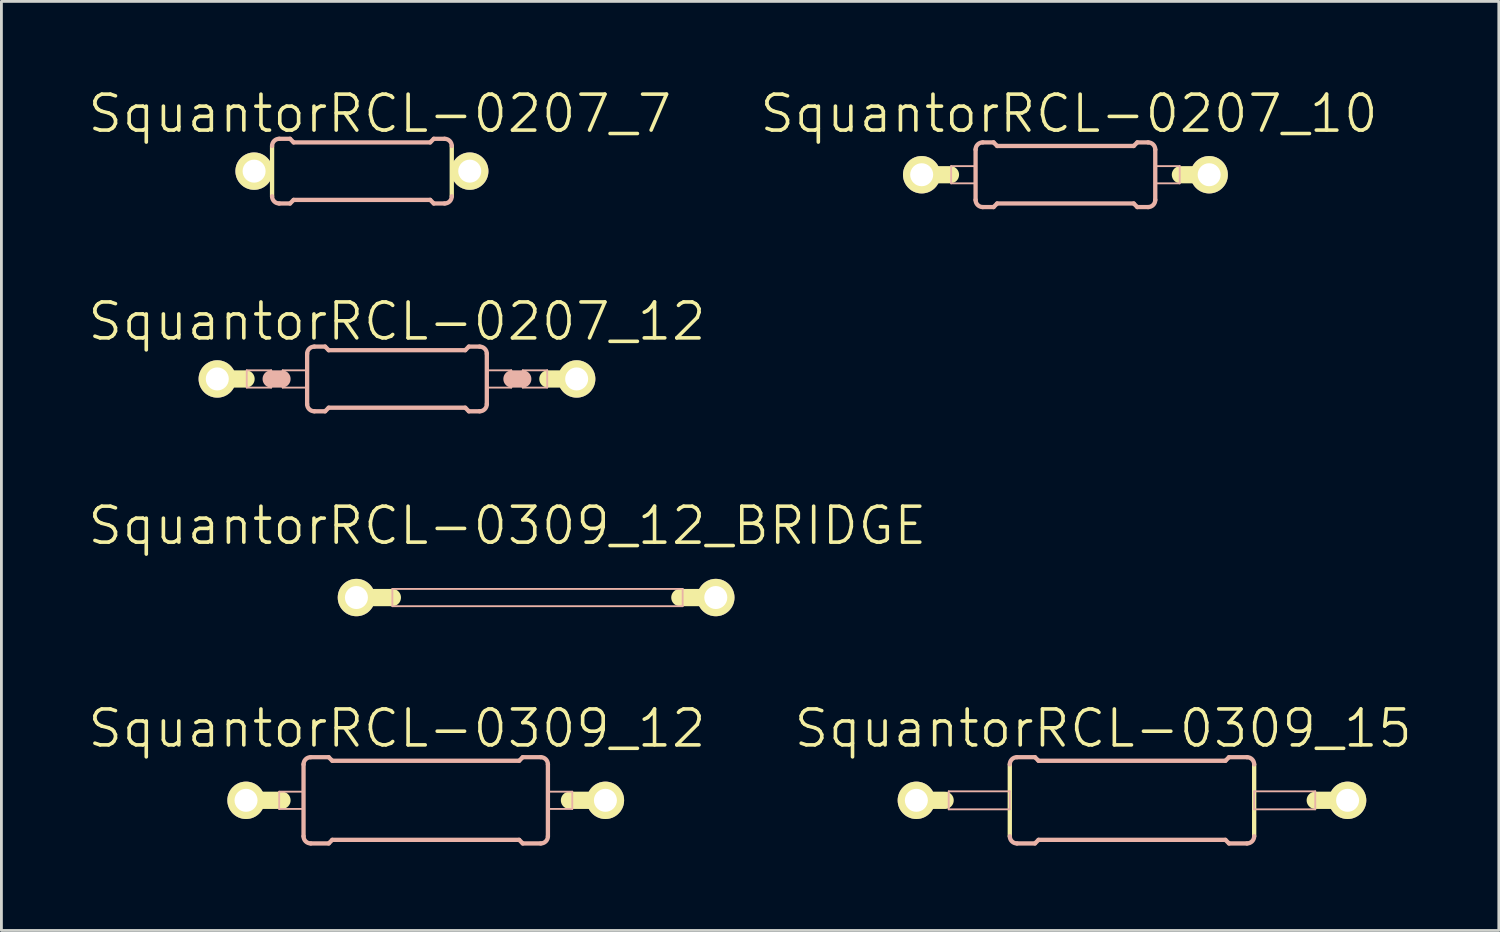
<source format=kicad_pcb>
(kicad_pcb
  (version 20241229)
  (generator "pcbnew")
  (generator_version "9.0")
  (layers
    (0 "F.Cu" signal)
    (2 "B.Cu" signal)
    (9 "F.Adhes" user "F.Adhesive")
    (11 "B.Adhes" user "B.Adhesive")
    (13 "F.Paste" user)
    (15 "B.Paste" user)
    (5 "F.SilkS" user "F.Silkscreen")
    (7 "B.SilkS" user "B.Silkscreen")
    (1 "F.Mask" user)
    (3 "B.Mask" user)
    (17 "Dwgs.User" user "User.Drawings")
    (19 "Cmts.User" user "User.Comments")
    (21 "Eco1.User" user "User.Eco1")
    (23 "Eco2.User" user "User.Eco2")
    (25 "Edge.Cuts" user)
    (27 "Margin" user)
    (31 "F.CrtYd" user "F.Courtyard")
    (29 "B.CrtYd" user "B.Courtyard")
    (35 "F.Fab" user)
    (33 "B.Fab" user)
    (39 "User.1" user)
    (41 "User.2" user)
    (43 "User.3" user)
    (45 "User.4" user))
  (footprint "SquantorRCL-0207_12"
    (layer "F.Cu")
    (at 10.979 10.342)
    (property "Reference" "SquantorRCL-0207_12" (at 0 -2.032 0) (layer "F.SilkS") (effects (font (size 1.27 1.27) (thickness 0.127))))
    (attr exclude_from_pos_files exclude_from_bom)
    (fp_line (start -6.35 0) (end -5.334 0) (stroke (width 0.61) (type solid)) (layer "F.SilkS"))
    (fp_line (start 6.35 0) (end 5.334 0) (stroke (width 0.61) (type solid)) (layer "F.SilkS"))
    (fp_line (start -5.309 -0.305) (end -4.445 -0.305) (stroke (width 0.066) (type solid)) (layer "B.SilkS"))
    (fp_line (start -5.309 0.305) (end -5.309 -0.305) (stroke (width 0.066) (type solid)) (layer "B.SilkS"))
    (fp_line (start -5.309 0.305) (end -4.445 0.305) (stroke (width 0.066) (type solid)) (layer "B.SilkS"))
    (fp_line (start -4.445 0) (end -4.064 0) (stroke (width 0.61) (type solid)) (layer "B.SilkS"))
    (fp_line (start -4.445 0.305) (end -4.445 -0.305) (stroke (width 0.066) (type solid)) (layer "B.SilkS"))
    (fp_line (start -4.039 -0.305) (end -3.175 -0.305) (stroke (width 0.066) (type solid)) (layer "B.SilkS"))
    (fp_line (start -4.039 0.305) (end -4.039 -0.305) (stroke (width 0.066) (type solid)) (layer "B.SilkS"))
    (fp_line (start -4.039 0.305) (end -3.175 0.305) (stroke (width 0.066) (type solid)) (layer "B.SilkS"))
    (fp_line (start -3.175 0.305) (end -3.175 -0.305) (stroke (width 0.066) (type solid)) (layer "B.SilkS"))
    (fp_line (start -3.175 0.889) (end -3.175 -0.889) (stroke (width 0.152) (type solid)) (layer "B.SilkS"))
    (fp_line (start -2.921 -1.143) (end -2.54 -1.143) (stroke (width 0.152) (type solid)) (layer "B.SilkS"))
    (fp_line (start -2.921 1.143) (end -2.54 1.143) (stroke (width 0.152) (type solid)) (layer "B.SilkS"))
    (fp_line (start -2.413 -1.016) (end -2.54 -1.143) (stroke (width 0.152) (type solid)) (layer "B.SilkS"))
    (fp_line (start -2.413 1.016) (end -2.54 1.143) (stroke (width 0.152) (type solid)) (layer "B.SilkS"))
    (fp_line (start 2.413 -1.016) (end -2.413 -1.016) (stroke (width 0.152) (type solid)) (layer "B.SilkS"))
    (fp_line (start 2.413 -1.016) (end 2.54 -1.143) (stroke (width 0.152) (type solid)) (layer "B.SilkS"))
    (fp_line (start 2.413 1.016) (end -2.413 1.016) (stroke (width 0.152) (type solid)) (layer "B.SilkS"))
    (fp_line (start 2.413 1.016) (end 2.54 1.143) (stroke (width 0.152) (type solid)) (layer "B.SilkS"))
    (fp_line (start 2.921 -1.143) (end 2.54 -1.143) (stroke (width 0.152) (type solid)) (layer "B.SilkS"))
    (fp_line (start 2.921 1.143) (end 2.54 1.143) (stroke (width 0.152) (type solid)) (layer "B.SilkS"))
    (fp_line (start 3.175 -0.305) (end 4.039 -0.305) (stroke (width 0.066) (type solid)) (layer "B.SilkS"))
    (fp_line (start 3.175 0.305) (end 3.175 -0.305) (stroke (width 0.066) (type solid)) (layer "B.SilkS"))
    (fp_line (start 3.175 0.305) (end 4.039 0.305) (stroke (width 0.066) (type solid)) (layer "B.SilkS"))
    (fp_line (start 3.175 0.889) (end 3.175 -0.889) (stroke (width 0.152) (type solid)) (layer "B.SilkS"))
    (fp_line (start 4.039 0.305) (end 4.039 -0.305) (stroke (width 0.066) (type solid)) (layer "B.SilkS"))
    (fp_line (start 4.445 -0.305) (end 5.309 -0.305) (stroke (width 0.066) (type solid)) (layer "B.SilkS"))
    (fp_line (start 4.445 0) (end 4.064 0) (stroke (width 0.61) (type solid)) (layer "B.SilkS"))
    (fp_line (start 4.445 0.305) (end 4.445 -0.305) (stroke (width 0.066) (type solid)) (layer "B.SilkS"))
    (fp_line (start 4.445 0.305) (end 5.309 0.305) (stroke (width 0.066) (type solid)) (layer "B.SilkS"))
    (fp_line (start 5.309 0.305) (end 5.309 -0.305) (stroke (width 0.066) (type solid)) (layer "B.SilkS"))
    (fp_arc (start -3.175 -0.889) (mid -3.100605 -1.068605) (end -2.921 -1.143) (stroke (width 0.1524) (type solid)) (layer "B.SilkS"))
    (fp_arc (start -2.921 1.143) (mid -3.100605 1.068605) (end -3.175 0.889) (stroke (width 0.1524) (type solid)) (layer "B.SilkS"))
    (fp_arc (start 2.921 -1.143) (mid 3.100605 -1.068605) (end 3.175 -0.889) (stroke (width 0.1524) (type solid)) (layer "B.SilkS"))
    (fp_arc (start 3.175 0.889) (mid 3.100605 1.068605) (end 2.921 1.143) (stroke (width 0.1524) (type solid)) (layer "B.SilkS"))
    (pad "1" thru_hole circle (at -6.35 0) (size 1.321 1.321) (drill 0.813) (layers "*.Cu" "F.Mask" "F.SilkS" "F.Paste"))
    (pad "2" thru_hole circle (at 6.35 0) (size 1.321 1.321) (drill 0.813) (layers "*.Cu" "F.Mask" "F.SilkS" "F.Paste")))
  (footprint "SquantorRCL-0309_15"
    (layer "F.Cu")
    (at 36.954 25.233)
    (property "Reference" "SquantorRCL-0309_15" (at -1.016 -2.54 0) (layer "F.SilkS") (effects (font (size 1.27 1.27) (thickness 0.127))))
    (attr exclude_from_pos_files exclude_from_bom)
    (fp_line (start -6.604 0) (end -7.62 0) (stroke (width 0.61) (type solid)) (layer "F.SilkS"))
    (fp_line (start -4.318 1.27) (end -4.318 -1.27) (stroke (width 0.152) (type solid)) (layer "F.SilkS"))
    (fp_line (start 4.318 1.27) (end 4.318 -1.27) (stroke (width 0.152) (type solid)) (layer "F.SilkS"))
    (fp_line (start 7.62 0) (end 6.477 0) (stroke (width 0.61) (type solid)) (layer "F.SilkS"))
    (fp_line (start -6.477 -0.318) (end -4.318 -0.318) (stroke (width 0.066) (type solid)) (layer "B.SilkS"))
    (fp_line (start -6.477 0.318) (end -6.477 -0.318) (stroke (width 0.066) (type solid)) (layer "B.SilkS"))
    (fp_line (start -6.477 0.318) (end -4.318 0.318) (stroke (width 0.066) (type solid)) (layer "B.SilkS"))
    (fp_line (start -4.318 0.318) (end -4.318 -0.318) (stroke (width 0.066) (type solid)) (layer "B.SilkS"))
    (fp_line (start -4.064 -1.524) (end -3.429 -1.524) (stroke (width 0.152) (type solid)) (layer "B.SilkS"))
    (fp_line (start -4.064 1.524) (end -3.429 1.524) (stroke (width 0.152) (type solid)) (layer "B.SilkS"))
    (fp_line (start -3.302 -1.397) (end -3.429 -1.524) (stroke (width 0.152) (type solid)) (layer "B.SilkS"))
    (fp_line (start -3.302 1.397) (end -3.429 1.524) (stroke (width 0.152) (type solid)) (layer "B.SilkS"))
    (fp_line (start 3.302 -1.397) (end -3.302 -1.397) (stroke (width 0.152) (type solid)) (layer "B.SilkS"))
    (fp_line (start 3.302 -1.397) (end 3.429 -1.524) (stroke (width 0.152) (type solid)) (layer "B.SilkS"))
    (fp_line (start 3.302 1.397) (end -3.302 1.397) (stroke (width 0.152) (type solid)) (layer "B.SilkS"))
    (fp_line (start 3.302 1.397) (end 3.429 1.524) (stroke (width 0.152) (type solid)) (layer "B.SilkS"))
    (fp_line (start 4.064 -1.524) (end 3.429 -1.524) (stroke (width 0.152) (type solid)) (layer "B.SilkS"))
    (fp_line (start 4.064 1.524) (end 3.429 1.524) (stroke (width 0.152) (type solid)) (layer "B.SilkS"))
    (fp_line (start 4.318 -0.318) (end 6.477 -0.318) (stroke (width 0.066) (type solid)) (layer "B.SilkS"))
    (fp_line (start 4.318 0.318) (end 4.318 -0.318) (stroke (width 0.066) (type solid)) (layer "B.SilkS"))
    (fp_line (start 4.318 0.318) (end 6.477 0.318) (stroke (width 0.066) (type solid)) (layer "B.SilkS"))
    (fp_line (start 6.477 0.318) (end 6.477 -0.318) (stroke (width 0.066) (type solid)) (layer "B.SilkS"))
    (fp_arc (start -4.318 -1.27) (mid -4.243605 -1.449605) (end -4.064 -1.524) (stroke (width 0.1524) (type solid)) (layer "B.SilkS"))
    (fp_arc (start -4.064 1.524) (mid -4.243605 1.449605) (end -4.318 1.27) (stroke (width 0.1524) (type solid)) (layer "B.SilkS"))
    (fp_arc (start 4.064 -1.524) (mid 4.243605 -1.449605) (end 4.318 -1.27) (stroke (width 0.1524) (type solid)) (layer "B.SilkS"))
    (fp_arc (start 4.318 1.27) (mid 4.243605 1.449605) (end 4.064 1.524) (stroke (width 0.1524) (type solid)) (layer "B.SilkS"))
    (pad "1" thru_hole circle (at -7.62 0) (size 1.321 1.321) (drill 0.813) (layers "*.Cu" "F.Mask" "F.SilkS" "F.Paste"))
    (pad "2" thru_hole circle (at 7.62 0) (size 1.321 1.321) (drill 0.813) (layers "*.Cu" "F.Mask" "F.SilkS" "F.Paste")))
  (footprint "SquantorRCL-0207_10"
    (layer "F.Cu")
    (at 34.602 3.125)
    (property "Reference" "SquantorRCL-0207_10" (at 0.127 -2.159 0) (layer "F.SilkS") (effects (font (size 1.27 1.27) (thickness 0.127))))
    (attr exclude_from_pos_files exclude_from_bom)
    (fp_line (start -5.08 0) (end -4.064 0) (stroke (width 0.61) (type solid)) (layer "F.SilkS"))
    (fp_line (start 5.08 0) (end 4.064 0) (stroke (width 0.61) (type solid)) (layer "F.SilkS"))
    (fp_line (start -4.039 -0.305) (end -3.175 -0.305) (stroke (width 0.066) (type solid)) (layer "B.SilkS"))
    (fp_line (start -4.039 0.305) (end -4.039 -0.305) (stroke (width 0.066) (type solid)) (layer "B.SilkS"))
    (fp_line (start -4.039 0.305) (end -3.175 0.305) (stroke (width 0.066) (type solid)) (layer "B.SilkS"))
    (fp_line (start -3.175 0.305) (end -3.175 -0.305) (stroke (width 0.066) (type solid)) (layer "B.SilkS"))
    (fp_line (start -3.175 0.889) (end -3.175 -0.889) (stroke (width 0.152) (type solid)) (layer "B.SilkS"))
    (fp_line (start -2.921 -1.143) (end -2.54 -1.143) (stroke (width 0.152) (type solid)) (layer "B.SilkS"))
    (fp_line (start -2.921 1.143) (end -2.54 1.143) (stroke (width 0.152) (type solid)) (layer "B.SilkS"))
    (fp_line (start -2.413 -1.016) (end -2.54 -1.143) (stroke (width 0.152) (type solid)) (layer "B.SilkS"))
    (fp_line (start -2.413 1.016) (end -2.54 1.143) (stroke (width 0.152) (type solid)) (layer "B.SilkS"))
    (fp_line (start 2.413 -1.016) (end -2.413 -1.016) (stroke (width 0.152) (type solid)) (layer "B.SilkS"))
    (fp_line (start 2.413 -1.016) (end 2.54 -1.143) (stroke (width 0.152) (type solid)) (layer "B.SilkS"))
    (fp_line (start 2.413 1.016) (end -2.413 1.016) (stroke (width 0.152) (type solid)) (layer "B.SilkS"))
    (fp_line (start 2.413 1.016) (end 2.54 1.143) (stroke (width 0.152) (type solid)) (layer "B.SilkS"))
    (fp_line (start 2.921 -1.143) (end 2.54 -1.143) (stroke (width 0.152) (type solid)) (layer "B.SilkS"))
    (fp_line (start 2.921 1.143) (end 2.54 1.143) (stroke (width 0.152) (type solid)) (layer "B.SilkS"))
    (fp_line (start 3.175 -0.305) (end 4.039 -0.305) (stroke (width 0.066) (type solid)) (layer "B.SilkS"))
    (fp_line (start 3.175 0.305) (end 3.175 -0.305) (stroke (width 0.066) (type solid)) (layer "B.SilkS"))
    (fp_line (start 3.175 0.305) (end 4.039 0.305) (stroke (width 0.066) (type solid)) (layer "B.SilkS"))
    (fp_line (start 3.175 0.889) (end 3.175 -0.889) (stroke (width 0.152) (type solid)) (layer "B.SilkS"))
    (fp_line (start 4.039 0.305) (end 4.039 -0.305) (stroke (width 0.066) (type solid)) (layer "B.SilkS"))
    (fp_arc (start -3.175 -0.889) (mid -3.100605 -1.068605) (end -2.921 -1.143) (stroke (width 0.1524) (type solid)) (layer "B.SilkS"))
    (fp_arc (start -2.921 1.143) (mid -3.100605 1.068605) (end -3.175 0.889) (stroke (width 0.1524) (type solid)) (layer "B.SilkS"))
    (fp_arc (start 2.921 -1.143) (mid 3.100605 -1.068605) (end 3.175 -0.889) (stroke (width 0.1524) (type solid)) (layer "B.SilkS"))
    (fp_arc (start 3.175 0.889) (mid 3.100605 1.068605) (end 2.921 1.143) (stroke (width 0.1524) (type solid)) (layer "B.SilkS"))
    (pad "1" thru_hole circle (at -5.08 0) (size 1.321 1.321) (drill 0.813) (layers "*.Cu" "F.Mask" "F.SilkS" "F.Paste"))
    (pad "2" thru_hole circle (at 5.08 0) (size 1.321 1.321) (drill 0.813) (layers "*.Cu" "F.Mask" "F.SilkS" "F.Paste")))
  (footprint "SquantorRCL-0309_12_BRIDGE"
    (layer "F.Cu")
    (at 15.896 18.067)
    (property "Reference" "SquantorRCL-0309_12_BRIDGE" (at -1.016 -2.54 0) (layer "F.SilkS") (effects (font (size 1.27 1.27) (thickness 0.127))))
    (attr exclude_from_pos_files exclude_from_bom)
    (fp_line (start -6.35 0) (end -5.08 0) (stroke (width 0.61) (type solid)) (layer "F.SilkS"))
    (fp_line (start 6.35 0) (end 5.08 0) (stroke (width 0.61) (type solid)) (layer "F.SilkS"))
    (fp_line (start -5.08 -0.305) (end 5.179 -0.305) (stroke (width 0.066) (type solid)) (layer "B.SilkS"))
    (fp_line (start -5.08 0.305) (end -5.08 -0.305) (stroke (width 0.066) (type solid)) (layer "B.SilkS"))
    (fp_line (start -5.08 0.305) (end 5.179 0.305) (stroke (width 0.066) (type solid)) (layer "B.SilkS"))
    (fp_line (start 5.179 0.305) (end 5.179 -0.305) (stroke (width 0.066) (type solid)) (layer "B.SilkS"))
    (pad "1" thru_hole circle (at -6.35 0) (size 1.321 1.321) (drill 0.813) (layers "*.Cu" "F.Mask" "F.SilkS" "F.Paste"))
    (pad "2" thru_hole circle (at 6.35 0) (size 1.321 1.321) (drill 0.813) (layers "*.Cu" "F.Mask" "F.SilkS" "F.Paste")))
  (footprint "SquantorRCL-0207_7"
    (layer "F.Cu")
    (at 9.74 2.998)
    (property "Reference" "SquantorRCL-0207_7" (at 0.635 -2.032 0) (layer "F.SilkS") (effects (font (size 1.27 1.27) (thickness 0.127))))
    (attr exclude_from_pos_files exclude_from_bom)
    (fp_line (start -3.81 0) (end -3.429 0) (stroke (width 0.61) (type solid)) (layer "F.SilkS"))
    (fp_line (start -3.429 -0.305) (end -3.175 -0.305) (stroke (width 0.066) (type solid)) (layer "F.SilkS"))
    (fp_line (start -3.429 0.305) (end -3.429 -0.305) (stroke (width 0.066) (type solid)) (layer "F.SilkS"))
    (fp_line (start -3.429 0.305) (end -3.175 0.305) (stroke (width 0.066) (type solid)) (layer "F.SilkS"))
    (fp_line (start -3.175 0.305) (end -3.175 -0.305) (stroke (width 0.066) (type solid)) (layer "F.SilkS"))
    (fp_line (start -3.175 0.889) (end -3.175 -0.889) (stroke (width 0.152) (type solid)) (layer "F.SilkS"))
    (fp_line (start 3.175 -0.305) (end 3.429 -0.305) (stroke (width 0.066) (type solid)) (layer "F.SilkS"))
    (fp_line (start 3.175 0.305) (end 3.175 -0.305) (stroke (width 0.066) (type solid)) (layer "F.SilkS"))
    (fp_line (start 3.175 0.305) (end 3.429 0.305) (stroke (width 0.066) (type solid)) (layer "F.SilkS"))
    (fp_line (start 3.175 0.889) (end 3.175 -0.889) (stroke (width 0.152) (type solid)) (layer "F.SilkS"))
    (fp_line (start 3.429 0) (end 3.81 0) (stroke (width 0.61) (type solid)) (layer "F.SilkS"))
    (fp_line (start 3.429 0.305) (end 3.429 -0.305) (stroke (width 0.066) (type solid)) (layer "F.SilkS"))
    (fp_line (start -2.921 -1.143) (end -2.54 -1.143) (stroke (width 0.152) (type solid)) (layer "B.SilkS"))
    (fp_line (start -2.921 1.143) (end -2.54 1.143) (stroke (width 0.152) (type solid)) (layer "B.SilkS"))
    (fp_line (start -2.413 -1.016) (end -2.54 -1.143) (stroke (width 0.152) (type solid)) (layer "B.SilkS"))
    (fp_line (start -2.413 1.016) (end -2.54 1.143) (stroke (width 0.152) (type solid)) (layer "B.SilkS"))
    (fp_line (start 2.413 -1.016) (end -2.413 -1.016) (stroke (width 0.152) (type solid)) (layer "B.SilkS"))
    (fp_line (start 2.413 -1.016) (end 2.54 -1.143) (stroke (width 0.152) (type solid)) (layer "B.SilkS"))
    (fp_line (start 2.413 1.016) (end -2.413 1.016) (stroke (width 0.152) (type solid)) (layer "B.SilkS"))
    (fp_line (start 2.413 1.016) (end 2.54 1.143) (stroke (width 0.152) (type solid)) (layer "B.SilkS"))
    (fp_line (start 2.921 -1.143) (end 2.54 -1.143) (stroke (width 0.152) (type solid)) (layer "B.SilkS"))
    (fp_line (start 2.921 1.143) (end 2.54 1.143) (stroke (width 0.152) (type solid)) (layer "B.SilkS"))
    (fp_arc (start -3.175 -0.889) (mid -3.100605 -1.068605) (end -2.921 -1.143) (stroke (width 0.1524) (type solid)) (layer "B.SilkS"))
    (fp_arc (start -2.921 1.143) (mid -3.100605 1.068605) (end -3.175 0.889) (stroke (width 0.1524) (type solid)) (layer "B.SilkS"))
    (fp_arc (start 2.921 -1.143) (mid 3.100605 -1.068605) (end 3.175 -0.889) (stroke (width 0.1524) (type solid)) (layer "B.SilkS"))
    (fp_arc (start 3.175 0.889) (mid 3.100605 1.068605) (end 2.921 1.143) (stroke (width 0.1524) (type solid)) (layer "B.SilkS"))
    (pad "1" thru_hole circle (at -3.81 0) (size 1.321 1.321) (drill 0.813) (layers "*.Cu" "F.Mask" "F.SilkS" "F.Paste"))
    (pad "2" thru_hole circle (at 3.81 0) (size 1.321 1.321) (drill 0.813) (layers "*.Cu" "F.Mask" "F.SilkS" "F.Paste")))
  (footprint "SquantorRCL-0309_12"
    (layer "F.Cu")
    (at 11.995 25.233)
    (property "Reference" "SquantorRCL-0309_12" (at -1.016 -2.54 0) (layer "F.SilkS") (effects (font (size 1.27 1.27) (thickness 0.127))))
    (attr exclude_from_pos_files exclude_from_bom)
    (fp_line (start -6.35 0) (end -5.08 0) (stroke (width 0.61) (type solid)) (layer "F.SilkS"))
    (fp_line (start 6.35 0) (end 5.08 0) (stroke (width 0.61) (type solid)) (layer "F.SilkS"))
    (fp_line (start -5.179 -0.305) (end -4.318 -0.305) (stroke (width 0.066) (type solid)) (layer "B.SilkS"))
    (fp_line (start -5.179 0.305) (end -5.179 -0.305) (stroke (width 0.066) (type solid)) (layer "B.SilkS"))
    (fp_line (start -5.179 0.305) (end -4.318 0.305) (stroke (width 0.066) (type solid)) (layer "B.SilkS"))
    (fp_line (start -4.318 0.305) (end -4.318 -0.305) (stroke (width 0.066) (type solid)) (layer "B.SilkS"))
    (fp_line (start -4.318 1.27) (end -4.318 -1.27) (stroke (width 0.152) (type solid)) (layer "B.SilkS"))
    (fp_line (start -4.064 -1.524) (end -3.429 -1.524) (stroke (width 0.152) (type solid)) (layer "B.SilkS"))
    (fp_line (start -4.064 1.524) (end -3.429 1.524) (stroke (width 0.152) (type solid)) (layer "B.SilkS"))
    (fp_line (start -3.302 -1.397) (end -3.429 -1.524) (stroke (width 0.152) (type solid)) (layer "B.SilkS"))
    (fp_line (start -3.302 1.397) (end -3.429 1.524) (stroke (width 0.152) (type solid)) (layer "B.SilkS"))
    (fp_line (start 3.302 -1.397) (end -3.302 -1.397) (stroke (width 0.152) (type solid)) (layer "B.SilkS"))
    (fp_line (start 3.302 -1.397) (end 3.429 -1.524) (stroke (width 0.152) (type solid)) (layer "B.SilkS"))
    (fp_line (start 3.302 1.397) (end -3.302 1.397) (stroke (width 0.152) (type solid)) (layer "B.SilkS"))
    (fp_line (start 3.302 1.397) (end 3.429 1.524) (stroke (width 0.152) (type solid)) (layer "B.SilkS"))
    (fp_line (start 4.064 -1.524) (end 3.429 -1.524) (stroke (width 0.152) (type solid)) (layer "B.SilkS"))
    (fp_line (start 4.064 1.524) (end 3.429 1.524) (stroke (width 0.152) (type solid)) (layer "B.SilkS"))
    (fp_line (start 4.318 -0.305) (end 5.179 -0.305) (stroke (width 0.066) (type solid)) (layer "B.SilkS"))
    (fp_line (start 4.318 0.305) (end 4.318 -0.305) (stroke (width 0.066) (type solid)) (layer "B.SilkS"))
    (fp_line (start 4.318 0.305) (end 5.179 0.305) (stroke (width 0.066) (type solid)) (layer "B.SilkS"))
    (fp_line (start 4.318 1.27) (end 4.318 -1.27) (stroke (width 0.152) (type solid)) (layer "B.SilkS"))
    (fp_line (start 5.179 0.305) (end 5.179 -0.305) (stroke (width 0.066) (type solid)) (layer "B.SilkS"))
    (fp_arc (start -4.318 -1.27) (mid -4.243605 -1.449605) (end -4.064 -1.524) (stroke (width 0.1524) (type solid)) (layer "B.SilkS"))
    (fp_arc (start -4.064 1.524) (mid -4.243605 1.449605) (end -4.318 1.27) (stroke (width 0.1524) (type solid)) (layer "B.SilkS"))
    (fp_arc (start 4.064 -1.524) (mid 4.243605 -1.449605) (end 4.318 -1.27) (stroke (width 0.1524) (type solid)) (layer "B.SilkS"))
    (fp_arc (start 4.318 1.27) (mid 4.243605 1.449605) (end 4.064 1.524) (stroke (width 0.1524) (type solid)) (layer "B.SilkS"))
    (pad "1" thru_hole circle (at -6.35 0) (size 1.321 1.321) (drill 0.813) (layers "*.Cu" "F.Mask" "F.SilkS" "F.Paste"))
    (pad "2" thru_hole circle (at 6.35 0) (size 1.321 1.321) (drill 0.813) (layers "*.Cu" "F.Mask" "F.SilkS" "F.Paste")))
  (gr_rect
    (start -3 -3)
    (end 49.918 29.833)
    (stroke (width 0.1) (type default))
    (fill no)
    (layer "Edge.Cuts")))
</source>
